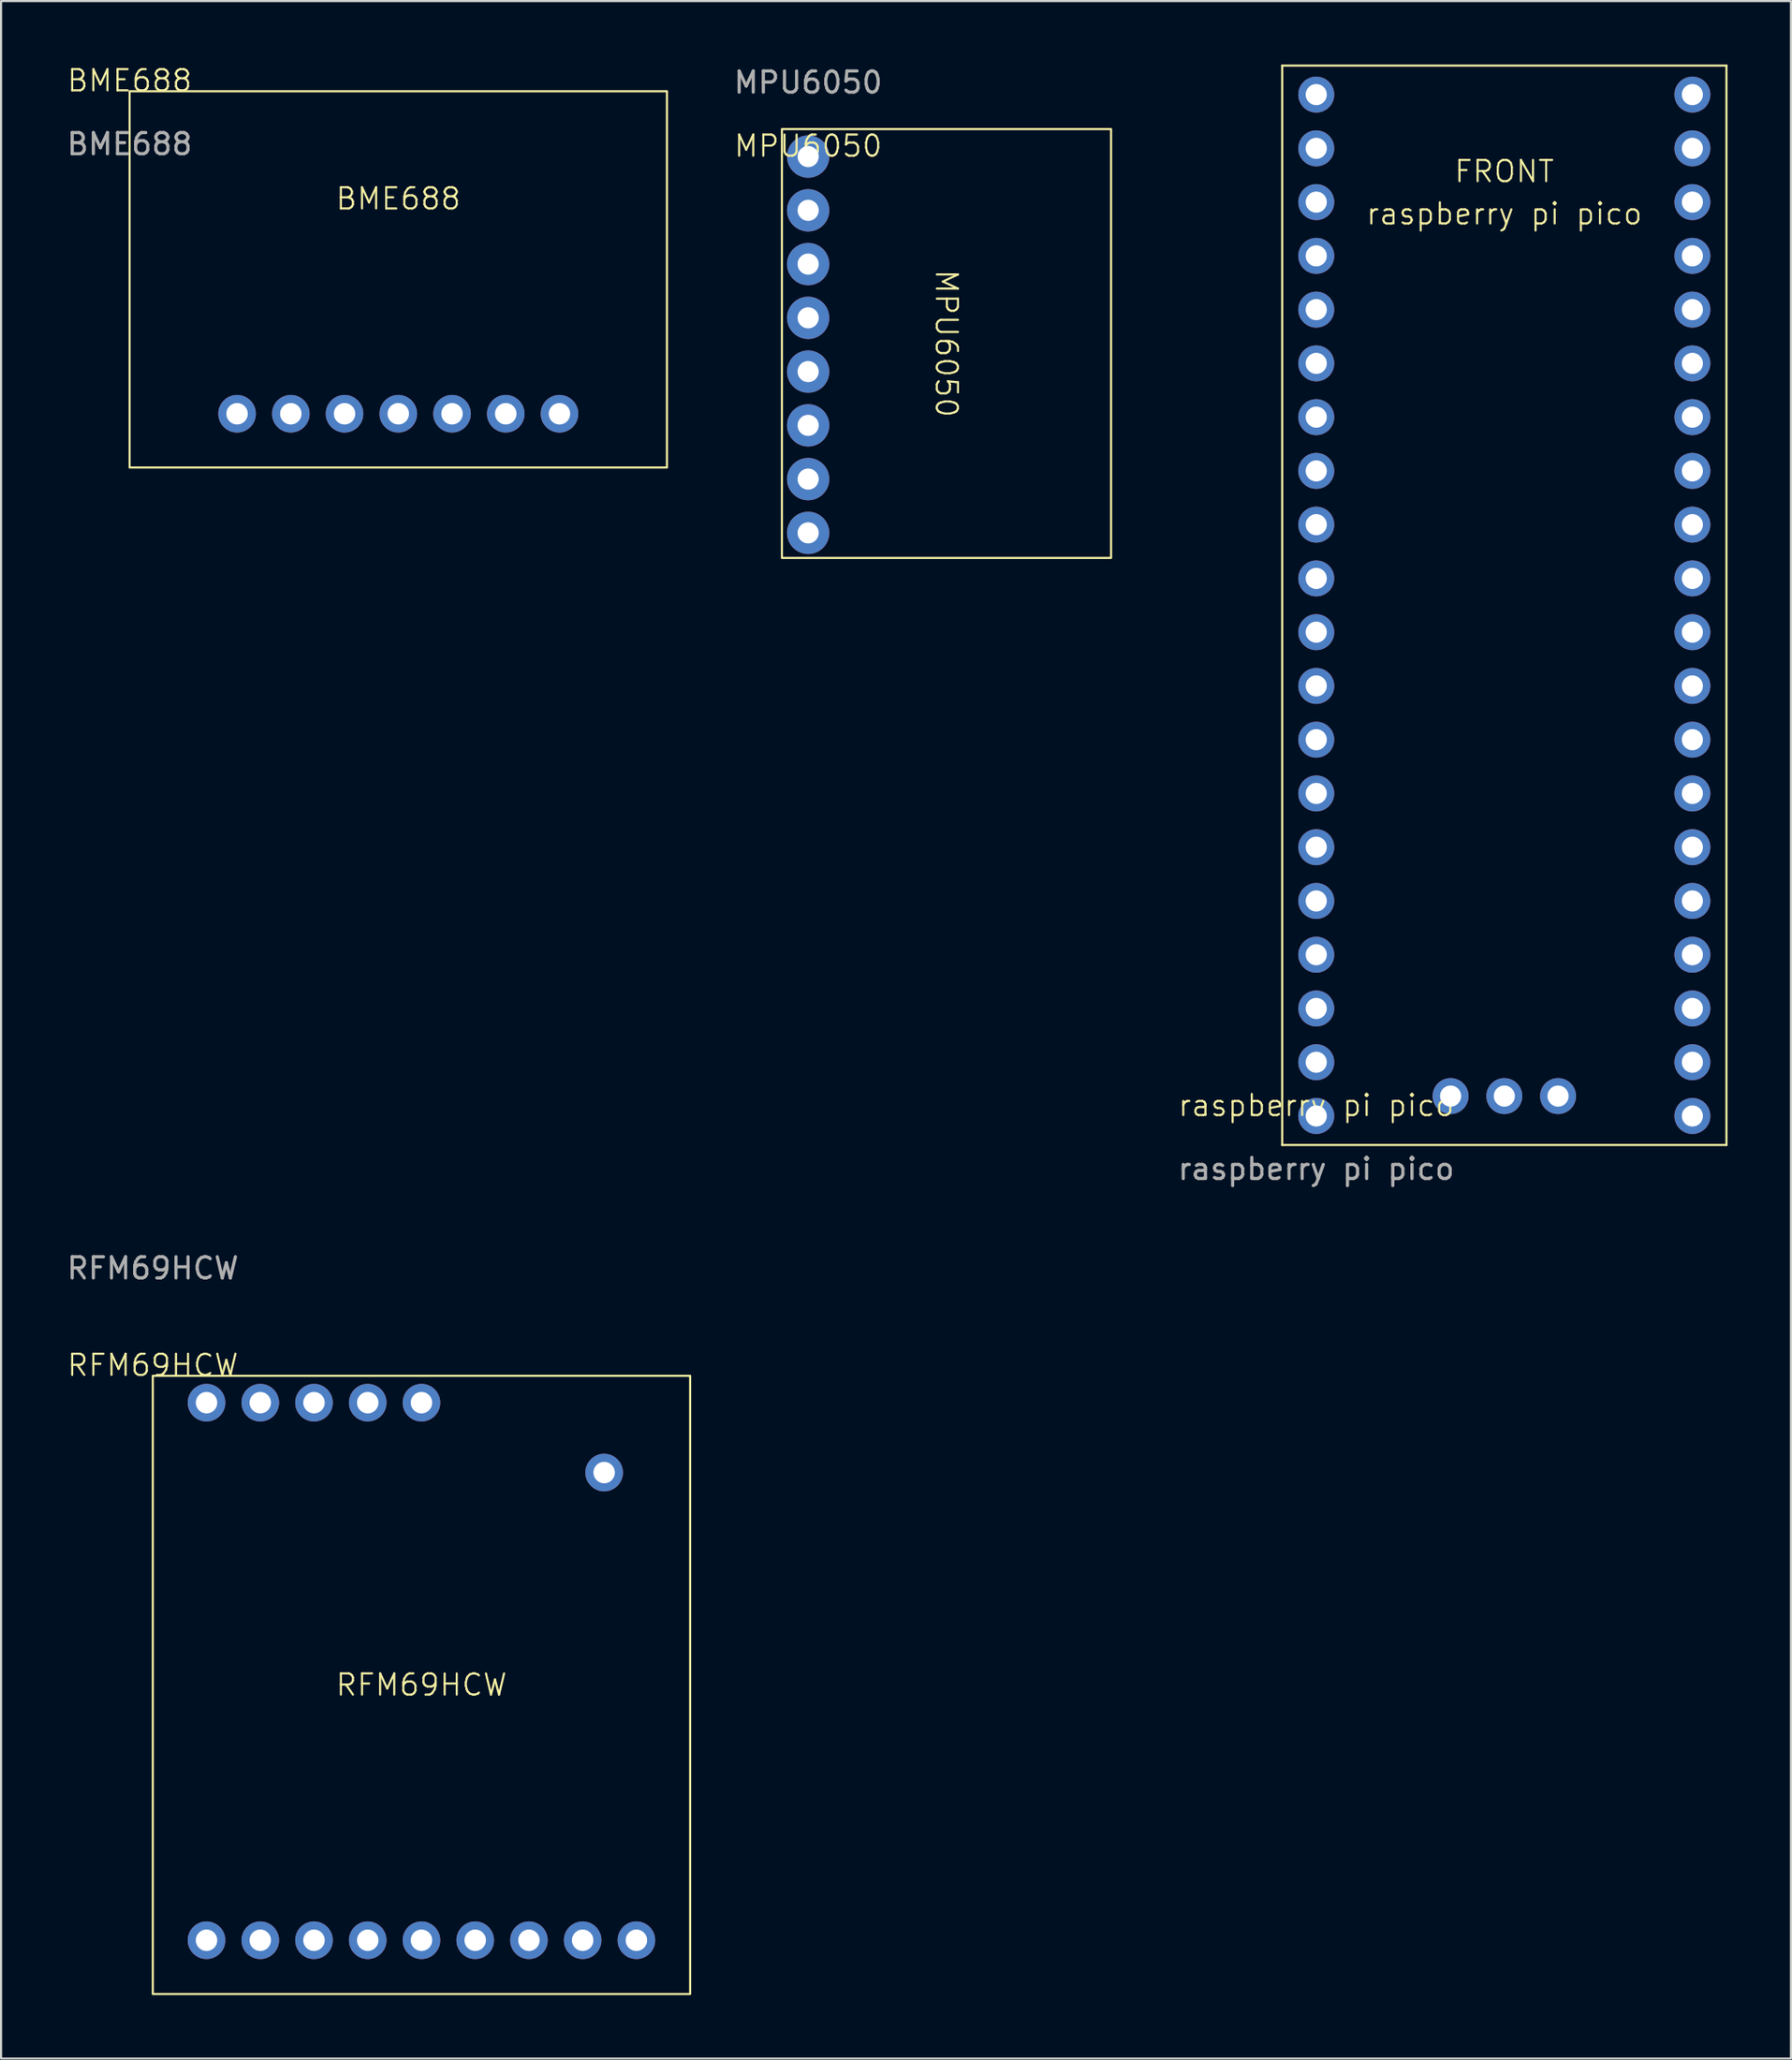
<source format=kicad_pcb>
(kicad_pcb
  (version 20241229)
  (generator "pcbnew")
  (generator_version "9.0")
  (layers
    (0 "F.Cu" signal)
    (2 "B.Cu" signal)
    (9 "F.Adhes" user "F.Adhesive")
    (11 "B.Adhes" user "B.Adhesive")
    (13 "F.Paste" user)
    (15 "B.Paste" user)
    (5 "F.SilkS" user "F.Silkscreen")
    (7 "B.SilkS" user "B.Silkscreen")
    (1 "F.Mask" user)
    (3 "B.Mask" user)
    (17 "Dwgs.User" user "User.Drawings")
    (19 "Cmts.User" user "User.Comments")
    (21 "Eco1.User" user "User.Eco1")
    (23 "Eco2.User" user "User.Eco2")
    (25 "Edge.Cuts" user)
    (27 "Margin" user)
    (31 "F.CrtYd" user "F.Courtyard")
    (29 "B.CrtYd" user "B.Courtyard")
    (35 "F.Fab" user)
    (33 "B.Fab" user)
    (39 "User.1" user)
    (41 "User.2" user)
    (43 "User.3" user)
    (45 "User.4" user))
  (footprint "BME688"
    (layer "F.Cu")
    (at 3.077 1.26)
    (property "Reference" "BME688" (at 0 -0.5 0) (unlocked yes) (layer "F.SilkS") (effects (font (size 1 1) (thickness 0.1))))
    (attr through_hole)
    (fp_rect (start 0 0) (end 25.4 17.78) (stroke (width 0.1) (type default)) (fill no) (layer "F.SilkS"))
    (fp_text user "BME688" (at 12.7 5.08 0) (unlocked yes) (layer "F.SilkS") (effects (font (size 1 1) (thickness 0.1))))
    (fp_text user "${REFERENCE}" (at 0 2.5 0) (unlocked yes) (layer "F.Fab") (effects (font (size 1 1) (thickness 0.15))))
    (pad "1" thru_hole circle (at 5.08 15.24) (size 1.778 1.778) (drill 1.016) (layers "*.Cu" "*.Mask"))
    (pad "2" thru_hole circle (at 7.62 15.24) (size 1.778 1.778) (drill 1.016) (layers "*.Cu" "*.Mask"))
    (pad "3" thru_hole circle (at 10.16 15.24) (size 1.778 1.778) (drill 1.016) (layers "*.Cu" "*.Mask"))
    (pad "4" thru_hole circle (at 12.7 15.24) (size 1.778 1.778) (drill 1.016) (layers "*.Cu" "*.Mask"))
    (pad "5" thru_hole circle (at 15.24 15.24) (size 1.778 1.778) (drill 1.016) (layers "*.Cu" "*.Mask"))
    (pad "6" thru_hole circle (at 17.78 15.24) (size 1.778 1.778) (drill 1.016) (layers "*.Cu" "*.Mask"))
    (pad "7" thru_hole circle (at 20.32 15.24) (size 1.778 1.778) (drill 1.016) (layers "*.Cu" "*.Mask")))
  (footprint "RFM69HCW"
    (layer "F.Cu")
    (at 4.173 61.956)
    (property "Reference" "RFM69HCW" (at 0 -0.5 0) (unlocked yes) (layer "F.SilkS") (effects (font (size 1 1) (thickness 0.1))))
    (attr through_hole)
    (fp_rect (start 0 0) (end 25.4 29.21) (stroke (width 0.1) (type default)) (fill no) (layer "F.SilkS"))
    (fp_text user "RFM69HCW" (at 12.7 14.605 0) (unlocked yes) (layer "F.SilkS") (effects (font (size 1 1) (thickness 0.1))))
    (fp_text user "${REFERENCE}" (at 0 -5.08 0) (unlocked yes) (layer "F.Fab") (effects (font (size 1 1) (thickness 0.15))))
    (pad "1" thru_hole circle (at 2.54 26.67) (size 1.778 1.778) (drill 1.016) (layers "*.Cu" "*.Mask"))
    (pad "2" thru_hole circle (at 5.08 26.67) (size 1.778 1.778) (drill 1.016) (layers "*.Cu" "*.Mask"))
    (pad "3" thru_hole circle (at 7.62 26.67) (size 1.778 1.778) (drill 1.016) (layers "*.Cu" "*.Mask"))
    (pad "4" thru_hole circle (at 10.16 26.67) (size 1.778 1.778) (drill 1.016) (layers "*.Cu" "*.Mask"))
    (pad "5" thru_hole circle (at 12.7 26.67) (size 1.778 1.778) (drill 1.016) (layers "*.Cu" "*.Mask"))
    (pad "6" thru_hole circle (at 15.24 26.67) (size 1.778 1.778) (drill 1.016) (layers "*.Cu" "*.Mask"))
    (pad "7" thru_hole circle (at 17.78 26.67) (size 1.778 1.778) (drill 1.016) (layers "*.Cu" "*.Mask"))
    (pad "8" thru_hole circle (at 20.32 26.67) (size 1.778 1.778) (drill 1.016) (layers "*.Cu" "*.Mask"))
    (pad "9" thru_hole circle (at 22.86 26.67) (size 1.778 1.778) (drill 1.016) (layers "*.Cu" "*.Mask"))
    (pad "10" thru_hole circle (at 2.54 1.27) (size 1.778 1.778) (drill 1.016) (layers "*.Cu" "*.Mask"))
    (pad "11" thru_hole circle (at 5.08 1.27) (size 1.778 1.778) (drill 1.016) (layers "*.Cu" "*.Mask"))
    (pad "12" thru_hole circle (at 7.62 1.27) (size 1.778 1.778) (drill 1.016) (layers "*.Cu" "*.Mask"))
    (pad "13" thru_hole circle (at 10.16 1.27) (size 1.778 1.778) (drill 1.016) (layers "*.Cu" "*.Mask"))
    (pad "14" thru_hole circle (at 12.7 1.27) (size 1.778 1.778) (drill 1.016) (layers "*.Cu" "*.Mask"))
    (pad "15" thru_hole circle (at 21.336 4.572) (size 1.778 1.778) (drill 1.016) (layers "*.Cu" "*.Mask")))
  (footprint "raspberry pi pico"
    (layer "F.Cu")
    (at 59.17 49.68)
    (property "Reference" "raspberry pi pico" (at 0 -0.5 0) (unlocked yes) (layer "F.SilkS") (effects (font (size 1 1) (thickness 0.1))))
    (attr through_hole)
    (fp_line (start -1.61 -49.63) (end 19.39 -49.63) (stroke (width 0.1) (type default)) (layer "F.SilkS"))
    (fp_line (start -1.61 1.37) (end -1.61 -49.63) (stroke (width 0.1) (type default)) (layer "F.SilkS"))
    (fp_line (start 19.39 -49.63) (end 19.39 1.37) (stroke (width 0.1) (type default)) (layer "F.SilkS"))
    (fp_line (start 19.39 1.37) (end -1.61 1.37) (stroke (width 0.1) (type default)) (layer "F.SilkS"))
    (fp_text user "FRONT" (at 8.89 -44.63 0) (unlocked yes) (layer "F.SilkS") (effects (font (size 1 1) (thickness 0.1))))
    (fp_text user "raspberry pi pico" (at 8.89 -42.63 0) (unlocked yes) (layer "F.SilkS") (effects (font (size 1 1) (thickness 0.1))))
    (fp_text user "${REFERENCE}" (at 0 2.5 0) (unlocked yes) (layer "F.Fab") (effects (font (size 1 1) (thickness 0.15))))
    (pad "1" thru_hole circle (at 0 -48.26) (size 1.7 1.7) (drill 1) (layers "*.Cu" "*.Mask"))
    (pad "2" thru_hole circle (at 0 -45.72) (size 1.7 1.7) (drill 1) (layers "*.Cu" "*.Mask"))
    (pad "3" thru_hole circle (at 0 -43.18) (size 1.7 1.7) (drill 1) (layers "*.Cu" "*.Mask"))
    (pad "4" thru_hole circle (at 0 -40.64) (size 1.7 1.7) (drill 1) (layers "*.Cu" "*.Mask"))
    (pad "5" thru_hole circle (at 0 -38.1) (size 1.7 1.7) (drill 1) (layers "*.Cu" "*.Mask"))
    (pad "6" thru_hole circle (at 0 -35.56) (size 1.7 1.7) (drill 1) (layers "*.Cu" "*.Mask"))
    (pad "7" thru_hole circle (at 0 -33.02) (size 1.7 1.7) (drill 1) (layers "*.Cu" "*.Mask"))
    (pad "8" thru_hole circle (at 0 -30.48) (size 1.7 1.7) (drill 1) (layers "*.Cu" "*.Mask"))
    (pad "9" thru_hole circle (at 0 -27.94) (size 1.7 1.7) (drill 1) (layers "*.Cu" "*.Mask"))
    (pad "10" thru_hole circle (at 0 -25.4) (size 1.7 1.7) (drill 1) (layers "*.Cu" "*.Mask"))
    (pad "11" thru_hole circle (at 0 -22.86) (size 1.7 1.7) (drill 1) (layers "*.Cu" "*.Mask"))
    (pad "12" thru_hole circle (at 0 -20.32) (size 1.7 1.7) (drill 1) (layers "*.Cu" "*.Mask"))
    (pad "13" thru_hole circle (at 0 -17.78) (size 1.7 1.7) (drill 1) (layers "*.Cu" "*.Mask"))
    (pad "14" thru_hole circle (at 0 -15.24) (size 1.7 1.7) (drill 1) (layers "*.Cu" "*.Mask"))
    (pad "15" thru_hole circle (at 0 -12.7) (size 1.7 1.7) (drill 1) (layers "*.Cu" "*.Mask"))
    (pad "16" thru_hole circle (at 0 -10.16) (size 1.7 1.7) (drill 1) (layers "*.Cu" "*.Mask"))
    (pad "17" thru_hole circle (at 0 -7.62) (size 1.7 1.7) (drill 1) (layers "*.Cu" "*.Mask"))
    (pad "18" thru_hole circle (at 0 -5.08) (size 1.7 1.7) (drill 1) (layers "*.Cu" "*.Mask"))
    (pad "19" thru_hole circle (at 0 -2.54) (size 1.7 1.7) (drill 1) (layers "*.Cu" "*.Mask"))
    (pad "20" thru_hole circle (at 0 0) (size 1.7 1.7) (drill 1) (layers "*.Cu" "*.Mask"))
    (pad "21" thru_hole circle (at 17.78 0) (size 1.7 1.7) (drill 1) (layers "*.Cu" "*.Mask"))
    (pad "22" thru_hole circle (at 17.78 -2.54) (size 1.7 1.7) (drill 1) (layers "*.Cu" "*.Mask"))
    (pad "23" thru_hole circle (at 17.78 -5.08) (size 1.7 1.7) (drill 1) (layers "*.Cu" "*.Mask"))
    (pad "24" thru_hole circle (at 17.78 -7.62) (size 1.7 1.7) (drill 1) (layers "*.Cu" "*.Mask"))
    (pad "25" thru_hole circle (at 17.78 -10.16) (size 1.7 1.7) (drill 1) (layers "*.Cu" "*.Mask"))
    (pad "26" thru_hole circle (at 17.78 -12.7) (size 1.7 1.7) (drill 1) (layers "*.Cu" "*.Mask"))
    (pad "27" thru_hole circle (at 17.78 -15.24) (size 1.7 1.7) (drill 1) (layers "*.Cu" "*.Mask"))
    (pad "28" thru_hole circle (at 17.78 -17.78) (size 1.7 1.7) (drill 1) (layers "*.Cu" "*.Mask"))
    (pad "29" thru_hole circle (at 17.78 -20.32) (size 1.7 1.7) (drill 1) (layers "*.Cu" "*.Mask"))
    (pad "30" thru_hole circle (at 17.78 -22.86) (size 1.7 1.7) (drill 1) (layers "*.Cu" "*.Mask"))
    (pad "31" thru_hole circle (at 17.78 -25.4) (size 1.7 1.7) (drill 1) (layers "*.Cu" "*.Mask"))
    (pad "32" thru_hole circle (at 17.78 -27.94) (size 1.7 1.7) (drill 1) (layers "*.Cu" "*.Mask"))
    (pad "33" thru_hole circle (at 17.78 -30.48) (size 1.7 1.7) (drill 1) (layers "*.Cu" "*.Mask"))
    (pad "34" thru_hole circle (at 17.78 -33.02) (size 1.7 1.7) (drill 1) (layers "*.Cu" "*.Mask"))
    (pad "35" thru_hole circle (at 17.78 -35.56) (size 1.7 1.7) (drill 1) (layers "*.Cu" "*.Mask"))
    (pad "36" thru_hole circle (at 17.78 -38.1) (size 1.7 1.7) (drill 1) (layers "*.Cu" "*.Mask"))
    (pad "37" thru_hole circle (at 17.78 -40.64) (size 1.7 1.7) (drill 1) (layers "*.Cu" "*.Mask"))
    (pad "38" thru_hole circle (at 17.78 -43.18) (size 1.7 1.7) (drill 1) (layers "*.Cu" "*.Mask"))
    (pad "39" thru_hole circle (at 17.78 -45.72) (size 1.7 1.7) (drill 1) (layers "*.Cu" "*.Mask"))
    (pad "40" thru_hole circle (at 17.78 -48.26) (size 1.7 1.7) (drill 1) (layers "*.Cu" "*.Mask"))
    (pad "41" thru_hole circle (at 6.35 -0.94) (size 1.7 1.7) (drill 1) (layers "*.Cu" "*.Mask"))
    (pad "42" thru_hole circle (at 8.89 -0.94) (size 1.7 1.7) (drill 1) (layers "*.Cu" "*.Mask"))
    (pad "43" thru_hole circle (at 11.43 -0.94) (size 1.7 1.7) (drill 1) (layers "*.Cu" "*.Mask")))
  (footprint "MPU6050"
    (layer "F.Cu")
    (at 41.691 13.18)
    (property "Reference" "MPU6050" (at -6.539 -9.332 0) (unlocked yes) (layer "F.SilkS") (effects (font (size 1 1) (thickness 0.1))))
    (attr through_hole)
    (fp_rect (start -7.78 -10.131) (end 7.78 10.131) (stroke (width 0.1) (type default)) (fill no) (layer "F.SilkS"))
    (fp_text user "MPU6050" (at 0.00006 -0.000075 270) (unlocked yes) (layer "F.SilkS") (effects (font (size 1 1) (thickness 0.1))))
    (fp_text user "${REFERENCE}" (at -6.539 -12.332 0) (unlocked yes) (layer "F.Fab") (effects (font (size 1 1) (thickness 0.15))))
    (pad "1" thru_hole circle (at -6.539 -8.832) (size 2 2) (drill 1) (layers "*.Cu" "*.Mask"))
    (pad "2" thru_hole circle (at -6.539 -6.292) (size 2 2) (drill 1) (layers "*.Cu" "*.Mask"))
    (pad "3" thru_hole circle (at -6.539 -3.752) (size 2 2) (drill 1) (layers "*.Cu" "*.Mask"))
    (pad "4" thru_hole circle (at -6.539 -1.212) (size 2 2) (drill 1) (layers "*.Cu" "*.Mask"))
    (pad "5" thru_hole circle (at -6.539 1.328) (size 2 2) (drill 1) (layers "*.Cu" "*.Mask"))
    (pad "6" thru_hole circle (at -6.539 3.868) (size 2 2) (drill 1) (layers "*.Cu" "*.Mask"))
    (pad "7" thru_hole circle (at -6.539 6.408) (size 2 2) (drill 1) (layers "*.Cu" "*.Mask"))
    (pad "8" thru_hole circle (at -6.539 8.948) (size 2 2) (drill 1) (layers "*.Cu" "*.Mask")))
  (gr_rect
    (start -3 -3)
    (end 81.61 94.216)
    (stroke (width 0.1) (type default))
    (fill no)
    (layer "Edge.Cuts")))
</source>
